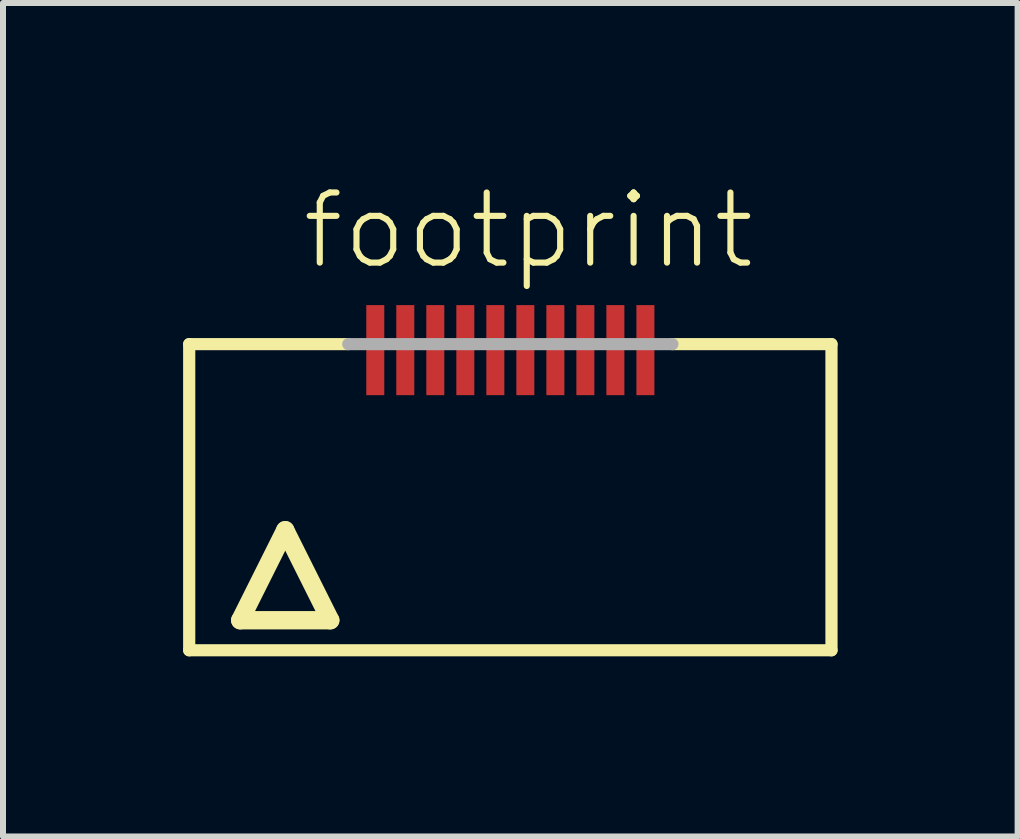
<source format=kicad_pcb>
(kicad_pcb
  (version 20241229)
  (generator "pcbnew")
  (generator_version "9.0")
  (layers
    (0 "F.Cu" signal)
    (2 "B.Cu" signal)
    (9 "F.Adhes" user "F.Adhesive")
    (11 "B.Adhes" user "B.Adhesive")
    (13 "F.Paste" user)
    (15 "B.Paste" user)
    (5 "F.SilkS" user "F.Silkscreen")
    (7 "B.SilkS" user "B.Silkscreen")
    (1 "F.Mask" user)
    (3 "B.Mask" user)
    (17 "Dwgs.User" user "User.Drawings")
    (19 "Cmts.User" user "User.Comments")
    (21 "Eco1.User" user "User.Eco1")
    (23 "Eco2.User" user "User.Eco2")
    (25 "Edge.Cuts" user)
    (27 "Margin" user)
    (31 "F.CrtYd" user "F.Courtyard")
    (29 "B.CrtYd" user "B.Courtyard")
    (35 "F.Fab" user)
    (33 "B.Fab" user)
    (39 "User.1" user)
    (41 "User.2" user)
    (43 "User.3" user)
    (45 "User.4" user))
  (footprint "footprint"
    (layer "F.Cu")
    (at 5.452 5.283)
    (property "Reference" "footprint" (at -3.52 -3.81 0) (layer "F.SilkS") (effects (font (size 1.168 1.168) (thickness 0.102)) (justify left bottom)))
    (fp_line (start -5.35 -2.6) (end -2.7 -2.6) (stroke (width 0.203) (type solid)) (layer "F.SilkS"))
    (fp_line (start -5.35 2.5) (end -5.35 -2.6) (stroke (width 0.203) (type solid)) (layer "F.SilkS"))
    (fp_line (start -4.5 2) (end -3 2) (stroke (width 0.305) (type solid)) (layer "F.SilkS"))
    (fp_line (start -3.75 0.5) (end -4.5 2) (stroke (width 0.305) (type solid)) (layer "F.SilkS"))
    (fp_line (start -3 2) (end -3.75 0.5) (stroke (width 0.305) (type solid)) (layer "F.SilkS"))
    (fp_line (start 2.7 -2.6) (end 5.35 -2.6) (stroke (width 0.203) (type solid)) (layer "F.SilkS"))
    (fp_line (start 5.35 -2.6) (end 5.35 2.5) (stroke (width 0.203) (type solid)) (layer "F.SilkS"))
    (fp_line (start 5.35 2.5) (end -5.35 2.5) (stroke (width 0.203) (type solid)) (layer "F.SilkS"))
    (fp_line (start -2.7 -2.6) (end 2.7 -2.6) (stroke (width 0.203) (type solid)) (layer "F.Fab"))
    (pad "1" smd rect (at -2.25 -2.5) (size 0.3 1.5) (layers "F.Cu" "F.Mask" "F.Paste"))
    (pad "2" smd rect (at -1.75 -2.5) (size 0.3 1.5) (layers "F.Cu" "F.Mask" "F.Paste"))
    (pad "3" smd rect (at -1.25 -2.5) (size 0.3 1.5) (layers "F.Cu" "F.Mask" "F.Paste"))
    (pad "4" smd rect (at -0.75 -2.5) (size 0.3 1.5) (layers "F.Cu" "F.Mask" "F.Paste"))
    (pad "5" smd rect (at -0.25 -2.5) (size 0.3 1.5) (layers "F.Cu" "F.Mask" "F.Paste"))
    (pad "6" smd rect (at 0.25 -2.5) (size 0.3 1.5) (layers "F.Cu" "F.Mask" "F.Paste"))
    (pad "7" smd rect (at 0.75 -2.5) (size 0.3 1.5) (layers "F.Cu" "F.Mask" "F.Paste"))
    (pad "8" smd rect (at 1.25 -2.5) (size 0.3 1.5) (layers "F.Cu" "F.Mask" "F.Paste"))
    (pad "9" smd rect (at 1.75 -2.5) (size 0.3 1.5) (layers "F.Cu" "F.Mask" "F.Paste"))
    (pad "10" smd rect (at 2.25 -2.5) (size 0.3 1.5) (layers "F.Cu" "F.Mask" "F.Paste")))
  (gr_rect
    (start -3 -3)
    (end 13.903 10.885)
    (stroke (width 0.1) (type default))
    (fill no)
    (layer "Edge.Cuts")))
</source>
